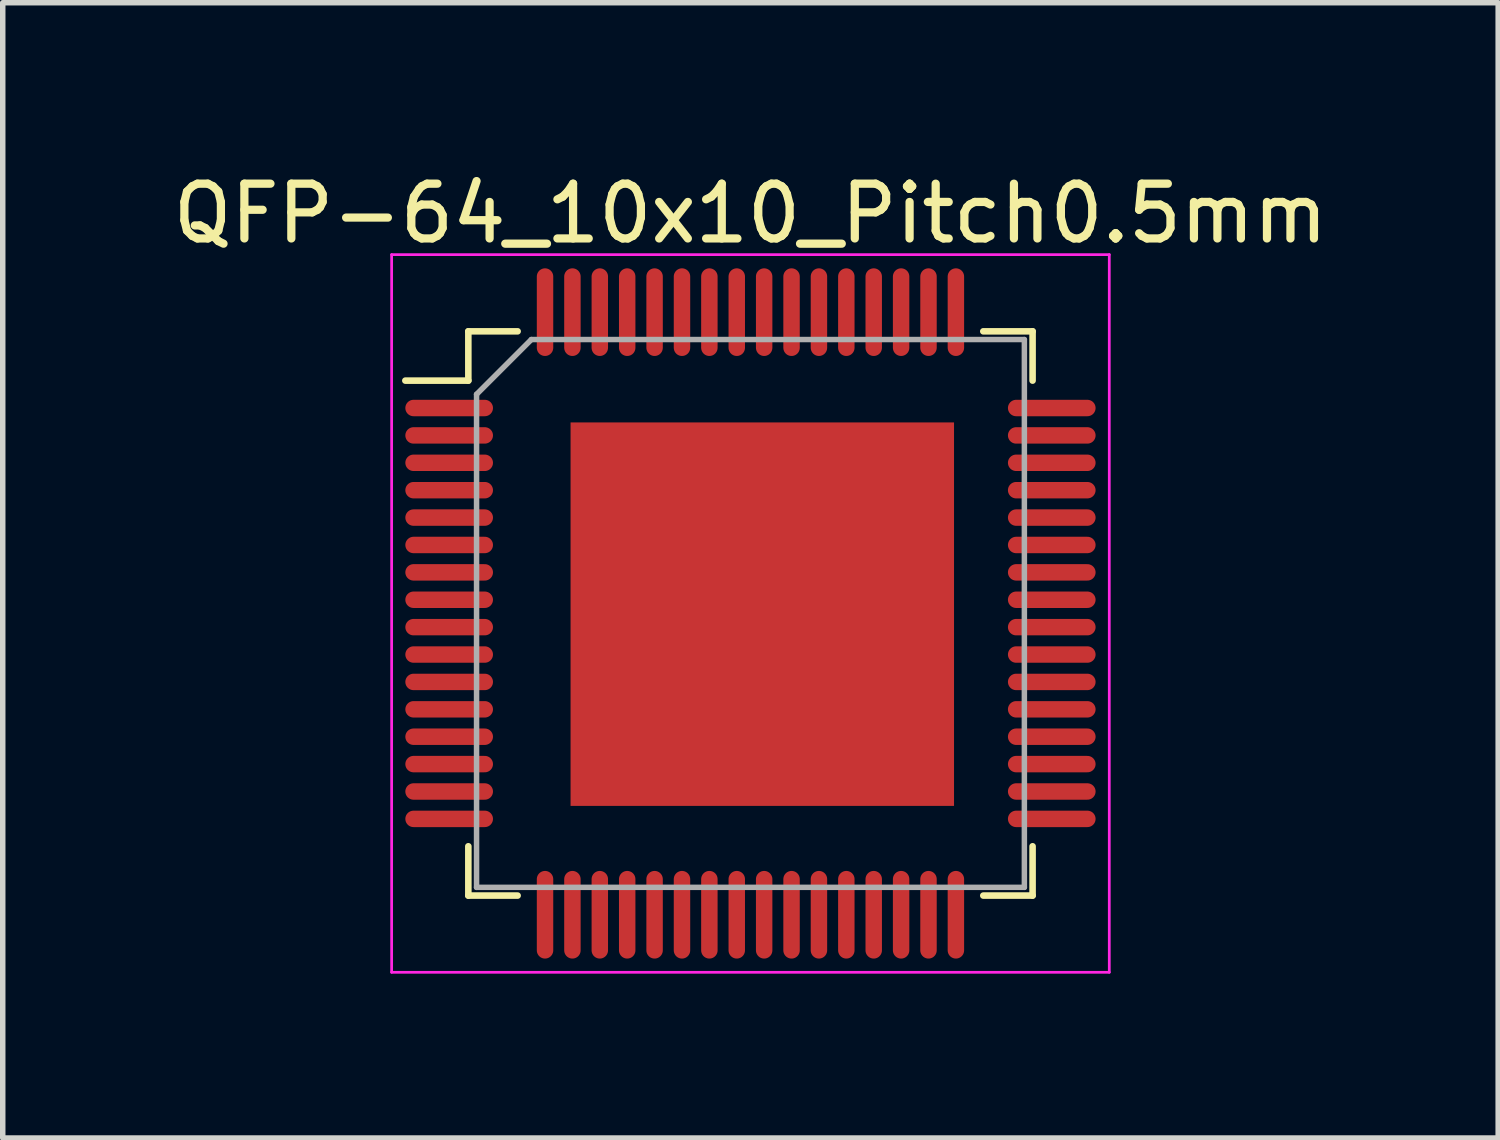
<source format=kicad_pcb>
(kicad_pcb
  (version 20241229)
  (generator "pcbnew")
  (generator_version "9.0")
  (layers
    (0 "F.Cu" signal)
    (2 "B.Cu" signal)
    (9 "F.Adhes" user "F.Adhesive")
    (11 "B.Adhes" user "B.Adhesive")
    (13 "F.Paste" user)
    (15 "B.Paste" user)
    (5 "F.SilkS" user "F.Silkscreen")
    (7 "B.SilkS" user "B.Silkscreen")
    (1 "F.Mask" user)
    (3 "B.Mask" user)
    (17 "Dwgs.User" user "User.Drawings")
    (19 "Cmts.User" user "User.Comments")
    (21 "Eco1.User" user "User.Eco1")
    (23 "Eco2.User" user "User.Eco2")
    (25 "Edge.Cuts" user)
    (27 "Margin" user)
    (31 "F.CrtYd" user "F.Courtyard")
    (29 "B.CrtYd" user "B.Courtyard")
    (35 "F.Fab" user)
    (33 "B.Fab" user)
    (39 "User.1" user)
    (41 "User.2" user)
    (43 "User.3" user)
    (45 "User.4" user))
  (footprint "QFP-64_10x10_Pitch0.5mm"
    (layer "F.Cu")
    (at 10.649 8.148)
    (property "Reference" "QFP-64_10x10_Pitch0.5mm" (at 0 -7.3 0) (layer "F.SilkS") (effects (font (size 1 1) (thickness 0.15))))
    (attr smd)
    (fp_line (start -5.15 -5.15) (end -5.15 -4.25) (stroke (width 0.12) (type default)) (layer "F.SilkS"))
    (fp_line (start -5.15 -4.25) (end -6.3 -4.25) (stroke (width 0.12) (type default)) (layer "F.SilkS"))
    (fp_line (start -5.15 5.15) (end -5.15 4.25) (stroke (width 0.12) (type default)) (layer "F.SilkS"))
    (fp_line (start -4.25 -5.15) (end -5.15 -5.15) (stroke (width 0.12) (type default)) (layer "F.SilkS"))
    (fp_line (start -4.25 5.15) (end -5.15 5.15) (stroke (width 0.12) (type default)) (layer "F.SilkS"))
    (fp_line (start 4.25 -5.15) (end 5.15 -5.15) (stroke (width 0.12) (type default)) (layer "F.SilkS"))
    (fp_line (start 4.25 5.15) (end 5.15 5.15) (stroke (width 0.12) (type default)) (layer "F.SilkS"))
    (fp_line (start 5.15 -5.15) (end 5.15 -4.25) (stroke (width 0.12) (type default)) (layer "F.SilkS"))
    (fp_line (start 5.15 5.15) (end 5.15 4.25) (stroke (width 0.12) (type default)) (layer "F.SilkS"))
    (fp_line (start -6.55 -6.55) (end 6.55 -6.55) (stroke (width 0.05) (type default)) (layer "F.CrtYd"))
    (fp_line (start -6.55 6.55) (end -6.55 -6.55) (stroke (width 0.05) (type default)) (layer "F.CrtYd"))
    (fp_line (start 6.55 -6.55) (end 6.55 6.55) (stroke (width 0.05) (type default)) (layer "F.CrtYd"))
    (fp_line (start 6.55 6.55) (end -6.55 6.55) (stroke (width 0.05) (type default)) (layer "F.CrtYd"))
    (fp_line (start -5 -4) (end -5 5) (stroke (width 0.1) (type default)) (layer "F.Fab"))
    (fp_line (start -5 5) (end 5 5) (stroke (width 0.1) (type default)) (layer "F.Fab"))
    (fp_line (start -4 -5) (end -5 -4) (stroke (width 0.1) (type default)) (layer "F.Fab"))
    (fp_line (start 5 -5) (end -4 -5) (stroke (width 0.1) (type default)) (layer "F.Fab"))
    (fp_line (start 5 5) (end 5 -5) (stroke (width 0.1) (type default)) (layer "F.Fab"))
    (pad "1" smd oval (at -5.5 -3.75 90) (size 0.3 1.6) (layers "F.Cu" "F.Mask" "F.Paste"))
    (pad "2" smd oval (at -5.5 -3.25 90) (size 0.3 1.6) (layers "F.Cu" "F.Mask" "F.Paste"))
    (pad "3" smd oval (at -5.5 -2.75 90) (size 0.3 1.6) (layers "F.Cu" "F.Mask" "F.Paste"))
    (pad "4" smd oval (at -5.5 -2.25 90) (size 0.3 1.6) (layers "F.Cu" "F.Mask" "F.Paste"))
    (pad "5" smd oval (at -5.5 -1.75 90) (size 0.3 1.6) (layers "F.Cu" "F.Mask" "F.Paste"))
    (pad "6" smd oval (at -5.5 -1.25 90) (size 0.3 1.6) (layers "F.Cu" "F.Mask" "F.Paste"))
    (pad "7" smd oval (at -5.5 -0.75 90) (size 0.3 1.6) (layers "F.Cu" "F.Mask" "F.Paste"))
    (pad "8" smd oval (at -5.5 -0.25 90) (size 0.3 1.6) (layers "F.Cu" "F.Mask" "F.Paste"))
    (pad "9" smd oval (at -5.5 0.25 90) (size 0.3 1.6) (layers "F.Cu" "F.Mask" "F.Paste"))
    (pad "10" smd oval (at -5.5 0.75 90) (size 0.3 1.6) (layers "F.Cu" "F.Mask" "F.Paste"))
    (pad "11" smd oval (at -5.5 1.25 90) (size 0.3 1.6) (layers "F.Cu" "F.Mask" "F.Paste"))
    (pad "12" smd oval (at -5.5 1.75 90) (size 0.3 1.6) (layers "F.Cu" "F.Mask" "F.Paste"))
    (pad "13" smd oval (at -5.5 2.25 90) (size 0.3 1.6) (layers "F.Cu" "F.Mask" "F.Paste"))
    (pad "14" smd oval (at -5.5 2.75 90) (size 0.3 1.6) (layers "F.Cu" "F.Mask" "F.Paste"))
    (pad "15" smd oval (at -5.5 3.25 90) (size 0.3 1.6) (layers "F.Cu" "F.Mask" "F.Paste"))
    (pad "16" smd oval (at -5.5 3.75 90) (size 0.3 1.6) (layers "F.Cu" "F.Mask" "F.Paste"))
    (pad "17" smd oval (at -3.75 5.5) (size 0.3 1.6) (layers "F.Cu" "F.Mask" "F.Paste"))
    (pad "18" smd oval (at -3.25 5.5) (size 0.3 1.6) (layers "F.Cu" "F.Mask" "F.Paste"))
    (pad "19" smd oval (at -2.75 5.5) (size 0.3 1.6) (layers "F.Cu" "F.Mask" "F.Paste"))
    (pad "20" smd oval (at -2.25 5.5) (size 0.3 1.6) (layers "F.Cu" "F.Mask" "F.Paste"))
    (pad "21" smd oval (at -1.75 5.5) (size 0.3 1.6) (layers "F.Cu" "F.Mask" "F.Paste"))
    (pad "22" smd oval (at -1.25 5.5) (size 0.3 1.6) (layers "F.Cu" "F.Mask" "F.Paste"))
    (pad "23" smd oval (at -0.75 5.5) (size 0.3 1.6) (layers "F.Cu" "F.Mask" "F.Paste"))
    (pad "24" smd oval (at -0.25 5.5) (size 0.3 1.6) (layers "F.Cu" "F.Mask" "F.Paste"))
    (pad "25" smd oval (at 0.25 5.5) (size 0.3 1.6) (layers "F.Cu" "F.Mask" "F.Paste"))
    (pad "26" smd oval (at 0.75 5.5) (size 0.3 1.6) (layers "F.Cu" "F.Mask" "F.Paste"))
    (pad "27" smd oval (at 1.25 5.5) (size 0.3 1.6) (layers "F.Cu" "F.Mask" "F.Paste"))
    (pad "28" smd oval (at 1.75 5.5) (size 0.3 1.6) (layers "F.Cu" "F.Mask" "F.Paste"))
    (pad "29" smd oval (at 2.25 5.5) (size 0.3 1.6) (layers "F.Cu" "F.Mask" "F.Paste"))
    (pad "30" smd oval (at 2.75 5.5) (size 0.3 1.6) (layers "F.Cu" "F.Mask" "F.Paste"))
    (pad "31" smd oval (at 3.25 5.5) (size 0.3 1.6) (layers "F.Cu" "F.Mask" "F.Paste"))
    (pad "32" smd oval (at 3.75 5.5) (size 0.3 1.6) (layers "F.Cu" "F.Mask" "F.Paste"))
    (pad "33" smd oval (at 5.5 3.75 90) (size 0.3 1.6) (layers "F.Cu" "F.Mask" "F.Paste"))
    (pad "34" smd oval (at 5.5 3.25 90) (size 0.3 1.6) (layers "F.Cu" "F.Mask" "F.Paste"))
    (pad "35" smd oval (at 5.5 2.75 90) (size 0.3 1.6) (layers "F.Cu" "F.Mask" "F.Paste"))
    (pad "36" smd oval (at 5.5 2.25 90) (size 0.3 1.6) (layers "F.Cu" "F.Mask" "F.Paste"))
    (pad "37" smd oval (at 5.5 1.75 90) (size 0.3 1.6) (layers "F.Cu" "F.Mask" "F.Paste"))
    (pad "38" smd oval (at 5.5 1.25 90) (size 0.3 1.6) (layers "F.Cu" "F.Mask" "F.Paste"))
    (pad "39" smd oval (at 5.5 0.75 90) (size 0.3 1.6) (layers "F.Cu" "F.Mask" "F.Paste"))
    (pad "40" smd oval (at 5.5 0.25 90) (size 0.3 1.6) (layers "F.Cu" "F.Mask" "F.Paste"))
    (pad "41" smd oval (at 5.5 -0.25 90) (size 0.3 1.6) (layers "F.Cu" "F.Mask" "F.Paste"))
    (pad "42" smd oval (at 5.5 -0.75 90) (size 0.3 1.6) (layers "F.Cu" "F.Mask" "F.Paste"))
    (pad "43" smd oval (at 5.5 -1.25 90) (size 0.3 1.6) (layers "F.Cu" "F.Mask" "F.Paste"))
    (pad "44" smd oval (at 5.5 -1.75 90) (size 0.3 1.6) (layers "F.Cu" "F.Mask" "F.Paste"))
    (pad "45" smd oval (at 5.5 -2.25 90) (size 0.3 1.6) (layers "F.Cu" "F.Mask" "F.Paste"))
    (pad "46" smd oval (at 5.5 -2.75 90) (size 0.3 1.6) (layers "F.Cu" "F.Mask" "F.Paste"))
    (pad "47" smd oval (at 5.5 -3.25 90) (size 0.3 1.6) (layers "F.Cu" "F.Mask" "F.Paste"))
    (pad "48" smd oval (at 5.5 -3.75 90) (size 0.3 1.6) (layers "F.Cu" "F.Mask" "F.Paste"))
    (pad "49" smd oval (at 3.75 -5.5) (size 0.3 1.6) (layers "F.Cu" "F.Mask" "F.Paste"))
    (pad "50" smd oval (at 3.25 -5.5) (size 0.3 1.6) (layers "F.Cu" "F.Mask" "F.Paste"))
    (pad "51" smd oval (at 2.75 -5.5) (size 0.3 1.6) (layers "F.Cu" "F.Mask" "F.Paste"))
    (pad "52" smd oval (at 2.25 -5.5) (size 0.3 1.6) (layers "F.Cu" "F.Mask" "F.Paste"))
    (pad "53" smd oval (at 1.75 -5.5) (size 0.3 1.6) (layers "F.Cu" "F.Mask" "F.Paste"))
    (pad "54" smd oval (at 1.25 -5.5) (size 0.3 1.6) (layers "F.Cu" "F.Mask" "F.Paste"))
    (pad "55" smd oval (at 0.75 -5.5) (size 0.3 1.6) (layers "F.Cu" "F.Mask" "F.Paste"))
    (pad "56" smd oval (at 0.25 -5.5) (size 0.3 1.6) (layers "F.Cu" "F.Mask" "F.Paste"))
    (pad "57" smd oval (at -0.25 -5.5) (size 0.3 1.6) (layers "F.Cu" "F.Mask" "F.Paste"))
    (pad "58" smd oval (at -0.75 -5.5) (size 0.3 1.6) (layers "F.Cu" "F.Mask" "F.Paste"))
    (pad "59" smd oval (at -1.25 -5.5) (size 0.3 1.6) (layers "F.Cu" "F.Mask" "F.Paste"))
    (pad "60" smd oval (at -1.75 -5.5) (size 0.3 1.6) (layers "F.Cu" "F.Mask" "F.Paste"))
    (pad "61" smd oval (at -2.25 -5.5) (size 0.3 1.6) (layers "F.Cu" "F.Mask" "F.Paste"))
    (pad "62" smd oval (at -2.75 -5.5) (size 0.3 1.6) (layers "F.Cu" "F.Mask" "F.Paste"))
    (pad "63" smd oval (at -3.25 -5.5) (size 0.3 1.6) (layers "F.Cu" "F.Mask" "F.Paste"))
    (pad "64" smd oval (at -3.75 -5.5) (size 0.3 1.6) (layers "F.Cu" "F.Mask" "F.Paste"))
    (pad "65" smd rect (at 0.216 0.013) (size 7 7) (layers "F.Cu" "F.Mask" "F.Paste")))
  (gr_rect
    (start -3 -3)
    (end 24.298 17.723)
    (stroke (width 0.1) (type default))
    (fill no)
    (layer "Edge.Cuts")))
</source>
